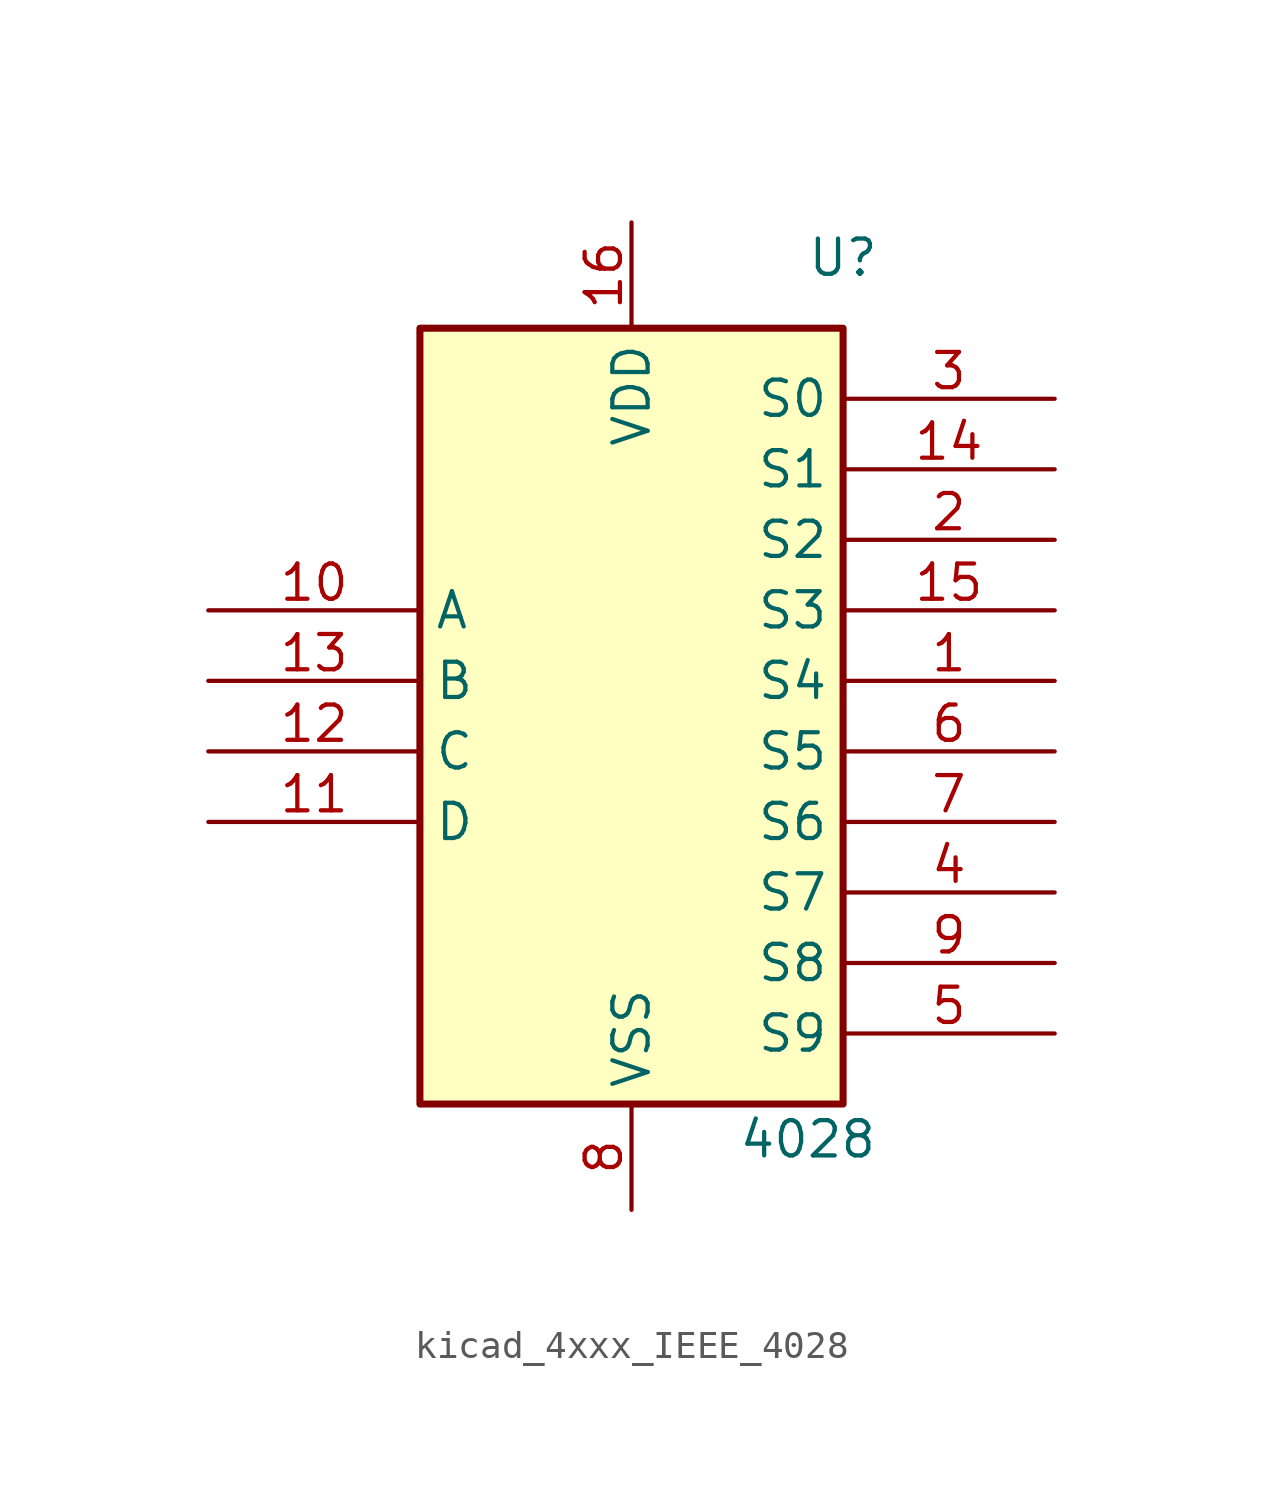
<source format=kicad_sym>
(kicad_symbol_lib
  (version 20220914)
  (generator kicad_symbol_editor)
  (symbol "kicad_4xxx_IEEE_4028"
    (property "Reference" "U"
      (at 7.62 16.51 0)
      (effects (font (size 1.27 1.27))))
    (property "Value" "4028"
      (at 6.35 -15.24 0)
      (effects (font (size 1.27 1.27))))
    (symbol "kicad_4xxx_IEEE_4028_0_0"
      (pin power_in line (at 0 17.78 270) (length 3.81) (name "VDD" (effects (font (size 1.27 1.27)))) (number "16" (effects (font (size 1.27 1.27))))))
    (symbol "kicad_4xxx_IEEE_4028_0_1"
      (rectangle (start -7.62 13.97) (end 7.62 -13.97) (stroke (width 0.254) (type default)) (fill (type background)))
      (pin power_in line (at 0 -17.78 90) (length 3.81) (name "VSS" (effects (font (size 1.27 1.27)))) (number "8" (effects (font (size 1.27 1.27))))))
    (symbol "kicad_4xxx_IEEE_4028_1_1"
      (pin output line (at 15.24 1.27 180) (length 7.62) (name "S4" (effects (font (size 1.27 1.27)))) (number "1" (effects (font (size 1.27 1.27)))))
      (pin input line (at -15.24 3.81 0) (length 7.62) (name "A" (effects (font (size 1.27 1.27)))) (number "10" (effects (font (size 1.27 1.27)))))
      (pin input line (at -15.24 -3.81 0) (length 7.62) (name "D" (effects (font (size 1.27 1.27)))) (number "11" (effects (font (size 1.27 1.27)))))
      (pin input line (at -15.24 -1.27 0) (length 7.62) (name "C" (effects (font (size 1.27 1.27)))) (number "12" (effects (font (size 1.27 1.27)))))
      (pin input line (at -15.24 1.27 0) (length 7.62) (name "B" (effects (font (size 1.27 1.27)))) (number "13" (effects (font (size 1.27 1.27)))))
      (pin output line (at 15.24 8.89 180) (length 7.62) (name "S1" (effects (font (size 1.27 1.27)))) (number "14" (effects (font (size 1.27 1.27)))))
      (pin output line (at 15.24 3.81 180) (length 7.62) (name "S3" (effects (font (size 1.27 1.27)))) (number "15" (effects (font (size 1.27 1.27)))))
      (pin output line (at 15.24 6.35 180) (length 7.62) (name "S2" (effects (font (size 1.27 1.27)))) (number "2" (effects (font (size 1.27 1.27)))))
      (pin output line (at 15.24 11.43 180) (length 7.62) (name "S0" (effects (font (size 1.27 1.27)))) (number "3" (effects (font (size 1.27 1.27)))))
      (pin output line (at 15.24 -6.35 180) (length 7.62) (name "S7" (effects (font (size 1.27 1.27)))) (number "4" (effects (font (size 1.27 1.27)))))
      (pin output line (at 15.24 -11.43 180) (length 7.62) (name "S9" (effects (font (size 1.27 1.27)))) (number "5" (effects (font (size 1.27 1.27)))))
      (pin output line (at 15.24 -1.27 180) (length 7.62) (name "S5" (effects (font (size 1.27 1.27)))) (number "6" (effects (font (size 1.27 1.27)))))
      (pin output line (at 15.24 -3.81 180) (length 7.62) (name "S6" (effects (font (size 1.27 1.27)))) (number "7" (effects (font (size 1.27 1.27)))))
      (pin output line (at 15.24 -8.89 180) (length 7.62) (name "S8" (effects (font (size 1.27 1.27)))) (number "9" (effects (font (size 1.27 1.27))))))))
</source>
